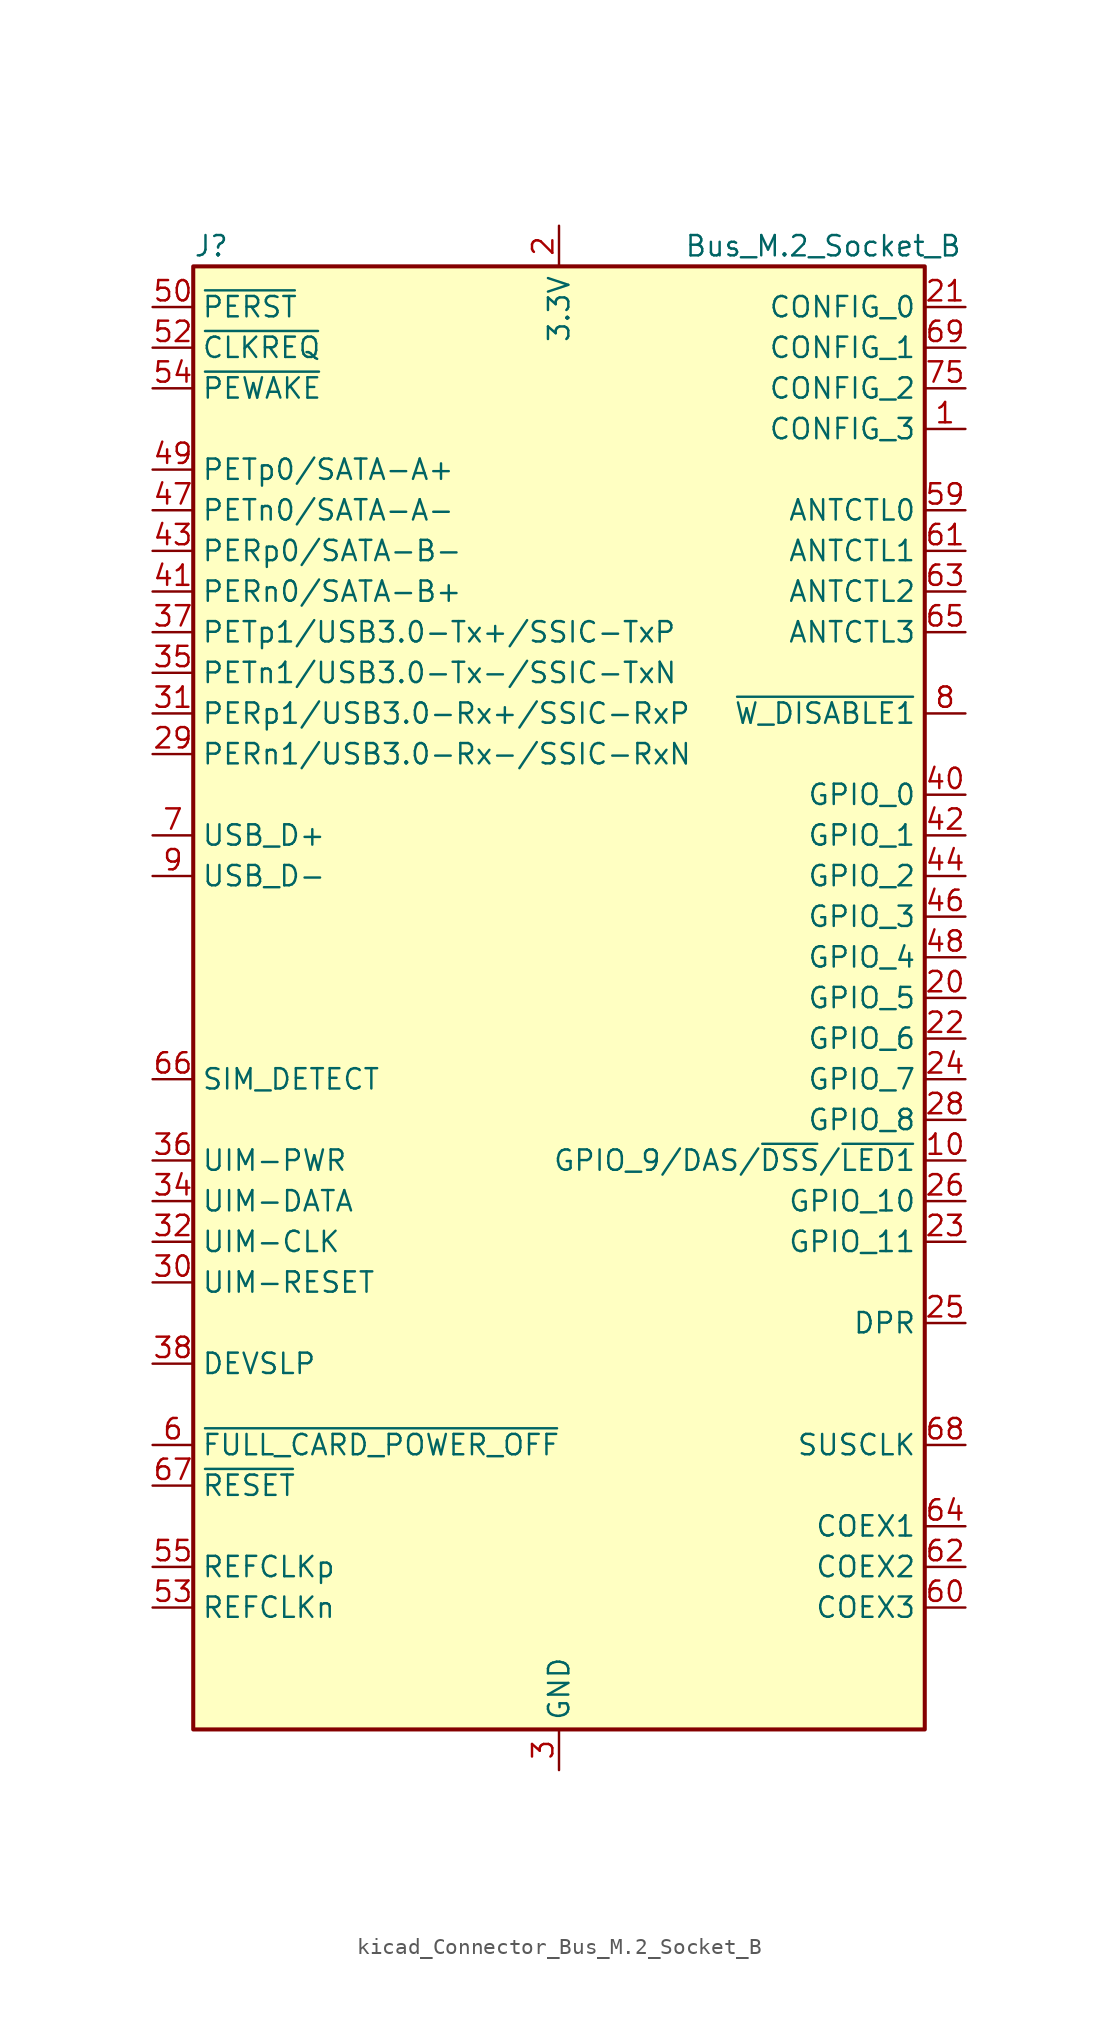
<source format=kicad_sym>
(kicad_symbol_lib
  (version 20220914)
  (generator kicad_symbol_editor)
  (symbol "kicad_Connector_Bus_M.2_Socket_B"
    (property "Reference" "J"
      (at -22.86 46.99 0)
      (effects (font (size 1.27 1.27)) (justify left)))
    (property "Value" "Bus_M.2_Socket_B"
      (at 16.51 46.99 0)
      (effects (font (size 1.27 1.27))))
    (symbol "kicad_Connector_Bus_M.2_Socket_B_0_1"
      (rectangle (start -22.86 45.72) (end 22.86 -45.72) (stroke (width 0.254) (type default)) (fill (type background))))
    (symbol "kicad_Connector_Bus_M.2_Socket_B_1_1"
      (pin input line (at 25.4 35.56 180) (length 2.54) (name "CONFIG_3" (effects (font (size 1.27 1.27)))) (number "1" (effects (font (size 1.27 1.27)))))
      (pin bidirectional line (at 25.4 -10.16 180) (length 2.54) (name "GPIO_9/DAS/~{DSS}/~{LED1}" (effects (font (size 1.27 1.27)))) (number "10" (effects (font (size 1.27 1.27)))))
      (pin passive line (at 0 -48.26 90) (length 2.54) hide (name "GND" (effects (font (size 1.27 1.27)))) (number "11" (effects (font (size 1.27 1.27)))))
      (pin power_in line (at 0 48.26 270) (length 2.54) (name "3.3V" (effects (font (size 1.27 1.27)))) (number "2" (effects (font (size 1.27 1.27)))))
      (pin bidirectional line (at 25.4 0 180) (length 2.54) (name "GPIO_5" (effects (font (size 1.27 1.27)))) (number "20" (effects (font (size 1.27 1.27)))))
      (pin input line (at 25.4 43.18 180) (length 2.54) (name "CONFIG_0" (effects (font (size 1.27 1.27)))) (number "21" (effects (font (size 1.27 1.27)))))
      (pin bidirectional line (at 25.4 -2.54 180) (length 2.54) (name "GPIO_6" (effects (font (size 1.27 1.27)))) (number "22" (effects (font (size 1.27 1.27)))))
      (pin bidirectional line (at 25.4 -15.24 180) (length 2.54) (name "GPIO_11" (effects (font (size 1.27 1.27)))) (number "23" (effects (font (size 1.27 1.27)))))
      (pin bidirectional line (at 25.4 -5.08 180) (length 2.54) (name "GPIO_7" (effects (font (size 1.27 1.27)))) (number "24" (effects (font (size 1.27 1.27)))))
      (pin output line (at 25.4 -20.32 180) (length 2.54) (name "DPR" (effects (font (size 1.27 1.27)))) (number "25" (effects (font (size 1.27 1.27)))))
      (pin bidirectional line (at 25.4 -12.7 180) (length 2.54) (name "GPIO_10" (effects (font (size 1.27 1.27)))) (number "26" (effects (font (size 1.27 1.27)))))
      (pin passive line (at 0 -48.26 90) (length 2.54) hide (name "GND" (effects (font (size 1.27 1.27)))) (number "27" (effects (font (size 1.27 1.27)))))
      (pin bidirectional line (at 25.4 -7.62 180) (length 2.54) (name "GPIO_8" (effects (font (size 1.27 1.27)))) (number "28" (effects (font (size 1.27 1.27)))))
      (pin input line (at -25.4 15.24 0) (length 2.54) (name "PERn1/USB3.0-Rx-/SSIC-RxN" (effects (font (size 1.27 1.27)))) (number "29" (effects (font (size 1.27 1.27)))))
      (pin power_in line (at 0 -48.26 90) (length 2.54) (name "GND" (effects (font (size 1.27 1.27)))) (number "3" (effects (font (size 1.27 1.27)))))
      (pin input line (at -25.4 -17.78 0) (length 2.54) (name "UIM-RESET" (effects (font (size 1.27 1.27)))) (number "30" (effects (font (size 1.27 1.27)))))
      (pin input line (at -25.4 17.78 0) (length 2.54) (name "PERp1/USB3.0-Rx+/SSIC-RxP" (effects (font (size 1.27 1.27)))) (number "31" (effects (font (size 1.27 1.27)))))
      (pin input line (at -25.4 -15.24 0) (length 2.54) (name "UIM-CLK" (effects (font (size 1.27 1.27)))) (number "32" (effects (font (size 1.27 1.27)))))
      (pin passive line (at 0 -48.26 90) (length 2.54) hide (name "GND" (effects (font (size 1.27 1.27)))) (number "33" (effects (font (size 1.27 1.27)))))
      (pin bidirectional line (at -25.4 -12.7 0) (length 2.54) (name "UIM-DATA" (effects (font (size 1.27 1.27)))) (number "34" (effects (font (size 1.27 1.27)))))
      (pin output line (at -25.4 20.32 0) (length 2.54) (name "PETn1/USB3.0-Tx-/SSIC-TxN" (effects (font (size 1.27 1.27)))) (number "35" (effects (font (size 1.27 1.27)))))
      (pin input line (at -25.4 -10.16 0) (length 2.54) (name "UIM-PWR" (effects (font (size 1.27 1.27)))) (number "36" (effects (font (size 1.27 1.27)))))
      (pin output line (at -25.4 22.86 0) (length 2.54) (name "PETp1/USB3.0-Tx+/SSIC-TxP" (effects (font (size 1.27 1.27)))) (number "37" (effects (font (size 1.27 1.27)))))
      (pin output line (at -25.4 -22.86 0) (length 2.54) (name "DEVSLP" (effects (font (size 1.27 1.27)))) (number "38" (effects (font (size 1.27 1.27)))))
      (pin passive line (at 0 -48.26 90) (length 2.54) hide (name "GND" (effects (font (size 1.27 1.27)))) (number "39" (effects (font (size 1.27 1.27)))))
      (pin passive line (at 0 48.26 270) (length 2.54) hide (name "3.3V" (effects (font (size 1.27 1.27)))) (number "4" (effects (font (size 1.27 1.27)))))
      (pin bidirectional line (at 25.4 12.7 180) (length 2.54) (name "GPIO_0" (effects (font (size 1.27 1.27)))) (number "40" (effects (font (size 1.27 1.27)))))
      (pin input line (at -25.4 25.4 0) (length 2.54) (name "PERn0/SATA-B+" (effects (font (size 1.27 1.27)))) (number "41" (effects (font (size 1.27 1.27)))))
      (pin bidirectional line (at 25.4 10.16 180) (length 2.54) (name "GPIO_1" (effects (font (size 1.27 1.27)))) (number "42" (effects (font (size 1.27 1.27)))))
      (pin input line (at -25.4 27.94 0) (length 2.54) (name "PERp0/SATA-B-" (effects (font (size 1.27 1.27)))) (number "43" (effects (font (size 1.27 1.27)))))
      (pin bidirectional line (at 25.4 7.62 180) (length 2.54) (name "GPIO_2" (effects (font (size 1.27 1.27)))) (number "44" (effects (font (size 1.27 1.27)))))
      (pin passive line (at 0 -48.26 90) (length 2.54) hide (name "GND" (effects (font (size 1.27 1.27)))) (number "45" (effects (font (size 1.27 1.27)))))
      (pin bidirectional line (at 25.4 5.08 180) (length 2.54) (name "GPIO_3" (effects (font (size 1.27 1.27)))) (number "46" (effects (font (size 1.27 1.27)))))
      (pin output line (at -25.4 30.48 0) (length 2.54) (name "PETn0/SATA-A-" (effects (font (size 1.27 1.27)))) (number "47" (effects (font (size 1.27 1.27)))))
      (pin bidirectional line (at 25.4 2.54 180) (length 2.54) (name "GPIO_4" (effects (font (size 1.27 1.27)))) (number "48" (effects (font (size 1.27 1.27)))))
      (pin output line (at -25.4 33.02 0) (length 2.54) (name "PETp0/SATA-A+" (effects (font (size 1.27 1.27)))) (number "49" (effects (font (size 1.27 1.27)))))
      (pin passive line (at 0 -48.26 90) (length 2.54) hide (name "GND" (effects (font (size 1.27 1.27)))) (number "5" (effects (font (size 1.27 1.27)))))
      (pin output line (at -25.4 43.18 0) (length 2.54) (name "~{PERST}" (effects (font (size 1.27 1.27)))) (number "50" (effects (font (size 1.27 1.27)))))
      (pin passive line (at 0 -48.26 90) (length 2.54) hide (name "GND" (effects (font (size 1.27 1.27)))) (number "51" (effects (font (size 1.27 1.27)))))
      (pin bidirectional line (at -25.4 40.64 0) (length 2.54) (name "~{CLKREQ}" (effects (font (size 1.27 1.27)))) (number "52" (effects (font (size 1.27 1.27)))))
      (pin output line (at -25.4 -38.1 0) (length 2.54) (name "REFCLKn" (effects (font (size 1.27 1.27)))) (number "53" (effects (font (size 1.27 1.27)))))
      (pin bidirectional line (at -25.4 38.1 0) (length 2.54) (name "~{PEWAKE}" (effects (font (size 1.27 1.27)))) (number "54" (effects (font (size 1.27 1.27)))))
      (pin output line (at -25.4 -35.56 0) (length 2.54) (name "REFCLKp" (effects (font (size 1.27 1.27)))) (number "55" (effects (font (size 1.27 1.27)))))
      (pin no_connect line (at 22.86 -43.18 180) (length 2.54) hide (name "NC" (effects (font (size 1.27 1.27)))) (number "56" (effects (font (size 1.27 1.27)))))
      (pin passive line (at 0 -48.26 90) (length 2.54) hide (name "GND" (effects (font (size 1.27 1.27)))) (number "57" (effects (font (size 1.27 1.27)))))
      (pin no_connect line (at 22.86 -40.64 180) (length 2.54) hide (name "NC" (effects (font (size 1.27 1.27)))) (number "58" (effects (font (size 1.27 1.27)))))
      (pin input line (at 25.4 30.48 180) (length 2.54) (name "ANTCTL0" (effects (font (size 1.27 1.27)))) (number "59" (effects (font (size 1.27 1.27)))))
      (pin output line (at -25.4 -27.94 0) (length 2.54) (name "~{FULL_CARD_POWER_OFF}" (effects (font (size 1.27 1.27)))) (number "6" (effects (font (size 1.27 1.27)))))
      (pin bidirectional line (at 25.4 -38.1 180) (length 2.54) (name "COEX3" (effects (font (size 1.27 1.27)))) (number "60" (effects (font (size 1.27 1.27)))))
      (pin input line (at 25.4 27.94 180) (length 2.54) (name "ANTCTL1" (effects (font (size 1.27 1.27)))) (number "61" (effects (font (size 1.27 1.27)))))
      (pin bidirectional line (at 25.4 -35.56 180) (length 2.54) (name "COEX2" (effects (font (size 1.27 1.27)))) (number "62" (effects (font (size 1.27 1.27)))))
      (pin input line (at 25.4 25.4 180) (length 2.54) (name "ANTCTL2" (effects (font (size 1.27 1.27)))) (number "63" (effects (font (size 1.27 1.27)))))
      (pin bidirectional line (at 25.4 -33.02 180) (length 2.54) (name "COEX1" (effects (font (size 1.27 1.27)))) (number "64" (effects (font (size 1.27 1.27)))))
      (pin input line (at 25.4 22.86 180) (length 2.54) (name "ANTCTL3" (effects (font (size 1.27 1.27)))) (number "65" (effects (font (size 1.27 1.27)))))
      (pin output line (at -25.4 -5.08 0) (length 2.54) (name "SIM_DETECT" (effects (font (size 1.27 1.27)))) (number "66" (effects (font (size 1.27 1.27)))))
      (pin output line (at -25.4 -30.48 0) (length 2.54) (name "~{RESET}" (effects (font (size 1.27 1.27)))) (number "67" (effects (font (size 1.27 1.27)))))
      (pin output line (at 25.4 -27.94 180) (length 2.54) (name "SUSCLK" (effects (font (size 1.27 1.27)))) (number "68" (effects (font (size 1.27 1.27)))))
      (pin input line (at 25.4 40.64 180) (length 2.54) (name "CONFIG_1" (effects (font (size 1.27 1.27)))) (number "69" (effects (font (size 1.27 1.27)))))
      (pin bidirectional line (at -25.4 10.16 0) (length 2.54) (name "USB_D+" (effects (font (size 1.27 1.27)))) (number "7" (effects (font (size 1.27 1.27)))))
      (pin passive line (at 0 48.26 270) (length 2.54) hide (name "3.3V" (effects (font (size 1.27 1.27)))) (number "70" (effects (font (size 1.27 1.27)))))
      (pin passive line (at 0 -48.26 90) (length 2.54) hide (name "GND" (effects (font (size 1.27 1.27)))) (number "71" (effects (font (size 1.27 1.27)))))
      (pin passive line (at 0 48.26 270) (length 2.54) hide (name "3.3V" (effects (font (size 1.27 1.27)))) (number "72" (effects (font (size 1.27 1.27)))))
      (pin passive line (at 0 -48.26 90) (length 2.54) hide (name "GND" (effects (font (size 1.27 1.27)))) (number "73" (effects (font (size 1.27 1.27)))))
      (pin passive line (at 0 48.26 270) (length 2.54) hide (name "3.3V" (effects (font (size 1.27 1.27)))) (number "74" (effects (font (size 1.27 1.27)))))
      (pin input line (at 25.4 38.1 180) (length 2.54) (name "CONFIG_2" (effects (font (size 1.27 1.27)))) (number "75" (effects (font (size 1.27 1.27)))))
      (pin output line (at 25.4 17.78 180) (length 2.54) (name "~{W_DISABLE1}" (effects (font (size 1.27 1.27)))) (number "8" (effects (font (size 1.27 1.27)))))
      (pin bidirectional line (at -25.4 7.62 0) (length 2.54) (name "USB_D-" (effects (font (size 1.27 1.27)))) (number "9" (effects (font (size 1.27 1.27))))))))
</source>
